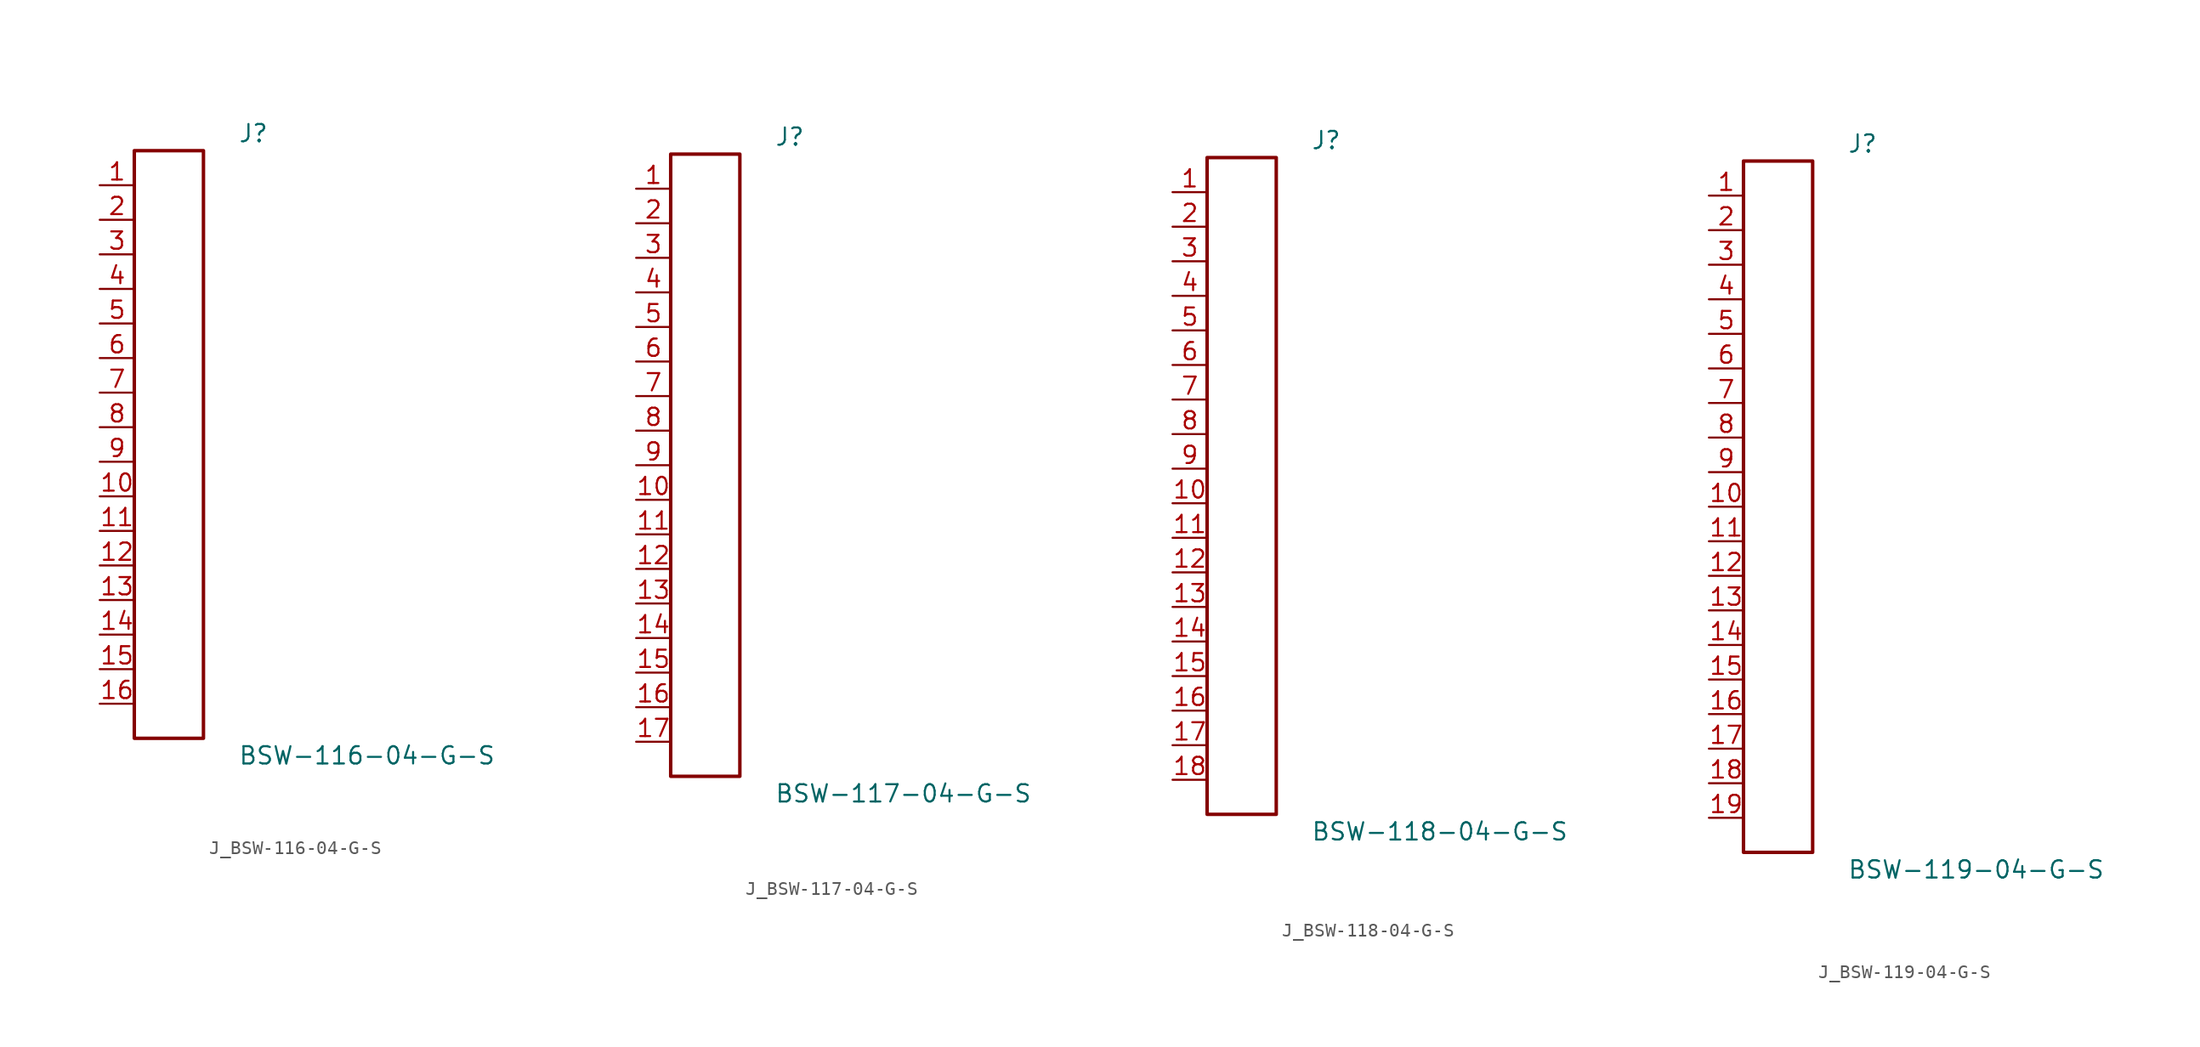
<source format=kicad_sym>
(kicad_symbol_lib
  (version 20231120)
  (generator kicad_symbol_editor)
  (generator_version 8.0)
  (symbol "J_BSW-116-04-G-S"
    (pin_names
      (offset 0.254))
    (property "Reference" "J"
      (at 5.08 22.86 0)
      (effects (font (size 1.27 1.27)) (justify left)))
    (property "Value" "BSW-116-04-G-S"
      (at 5.08 -22.86 0)
      (effects (font (size 1.27 1.27)) (justify left)))
    (symbol "J_BSW-116-04-G-S_0_0"
      (pin unspecified line (at -5.08 19.05 0) (length 2.54) (name "" (effects (font (size 1.27 1.27)))) (number "1" (effects (font (size 1.27 1.27)))))
      (pin unspecified line (at -5.08 16.51 0) (length 2.54) (name "" (effects (font (size 1.27 1.27)))) (number "2" (effects (font (size 1.27 1.27)))))
      (pin unspecified line (at -5.08 13.97 0) (length 2.54) (name "" (effects (font (size 1.27 1.27)))) (number "3" (effects (font (size 1.27 1.27)))))
      (pin unspecified line (at -5.08 11.43 0) (length 2.54) (name "" (effects (font (size 1.27 1.27)))) (number "4" (effects (font (size 1.27 1.27)))))
      (pin unspecified line (at -5.08 8.89 0) (length 2.54) (name "" (effects (font (size 1.27 1.27)))) (number "5" (effects (font (size 1.27 1.27)))))
      (pin unspecified line (at -5.08 6.35 0) (length 2.54) (name "" (effects (font (size 1.27 1.27)))) (number "6" (effects (font (size 1.27 1.27)))))
      (pin unspecified line (at -5.08 3.81 0) (length 2.54) (name "" (effects (font (size 1.27 1.27)))) (number "7" (effects (font (size 1.27 1.27)))))
      (pin unspecified line (at -5.08 1.27 0) (length 2.54) (name "" (effects (font (size 1.27 1.27)))) (number "8" (effects (font (size 1.27 1.27)))))
      (pin unspecified line (at -5.08 -1.27 0) (length 2.54) (name "" (effects (font (size 1.27 1.27)))) (number "9" (effects (font (size 1.27 1.27)))))
      (pin unspecified line (at -5.08 -3.81 0) (length 2.54) (name "" (effects (font (size 1.27 1.27)))) (number "10" (effects (font (size 1.27 1.27)))))
      (pin unspecified line (at -5.08 -6.35 0) (length 2.54) (name "" (effects (font (size 1.27 1.27)))) (number "11" (effects (font (size 1.27 1.27)))))
      (pin unspecified line (at -5.08 -8.89 0) (length 2.54) (name "" (effects (font (size 1.27 1.27)))) (number "12" (effects (font (size 1.27 1.27)))))
      (pin unspecified line (at -5.08 -11.43 0) (length 2.54) (name "" (effects (font (size 1.27 1.27)))) (number "13" (effects (font (size 1.27 1.27)))))
      (pin unspecified line (at -5.08 -13.97 0) (length 2.54) (name "" (effects (font (size 1.27 1.27)))) (number "14" (effects (font (size 1.27 1.27)))))
      (pin unspecified line (at -5.08 -16.51 0) (length 2.54) (name "" (effects (font (size 1.27 1.27)))) (number "15" (effects (font (size 1.27 1.27)))))
      (pin unspecified line (at -5.08 -19.05 0) (length 2.54) (name "" (effects (font (size 1.27 1.27)))) (number "16" (effects (font (size 1.27 1.27))))))
    (symbol "J_BSW-116-04-G-S_1_0"
      (rectangle (start -2.54 21.59) (end 2.54 -21.59) (stroke (width 0.254) (type solid)) (fill (type none)))))
  (symbol "J_BSW-117-04-G-S"
    (pin_names
      (offset 0.254))
    (property "Reference" "J"
      (at 5.08 24.13 0)
      (effects (font (size 1.27 1.27)) (justify left)))
    (property "Value" "BSW-117-04-G-S"
      (at 5.08 -24.13 0)
      (effects (font (size 1.27 1.27)) (justify left)))
    (symbol "J_BSW-117-04-G-S_0_0"
      (pin unspecified line (at -5.08 20.32 0) (length 2.54) (name "" (effects (font (size 1.27 1.27)))) (number "1" (effects (font (size 1.27 1.27)))))
      (pin unspecified line (at -5.08 17.78 0) (length 2.54) (name "" (effects (font (size 1.27 1.27)))) (number "2" (effects (font (size 1.27 1.27)))))
      (pin unspecified line (at -5.08 15.24 0) (length 2.54) (name "" (effects (font (size 1.27 1.27)))) (number "3" (effects (font (size 1.27 1.27)))))
      (pin unspecified line (at -5.08 12.7 0) (length 2.54) (name "" (effects (font (size 1.27 1.27)))) (number "4" (effects (font (size 1.27 1.27)))))
      (pin unspecified line (at -5.08 10.16 0) (length 2.54) (name "" (effects (font (size 1.27 1.27)))) (number "5" (effects (font (size 1.27 1.27)))))
      (pin unspecified line (at -5.08 7.62 0) (length 2.54) (name "" (effects (font (size 1.27 1.27)))) (number "6" (effects (font (size 1.27 1.27)))))
      (pin unspecified line (at -5.08 5.08 0) (length 2.54) (name "" (effects (font (size 1.27 1.27)))) (number "7" (effects (font (size 1.27 1.27)))))
      (pin unspecified line (at -5.08 2.54 0) (length 2.54) (name "" (effects (font (size 1.27 1.27)))) (number "8" (effects (font (size 1.27 1.27)))))
      (pin unspecified line (at -5.08 0.0 0) (length 2.54) (name "" (effects (font (size 1.27 1.27)))) (number "9" (effects (font (size 1.27 1.27)))))
      (pin unspecified line (at -5.08 -2.54 0) (length 2.54) (name "" (effects (font (size 1.27 1.27)))) (number "10" (effects (font (size 1.27 1.27)))))
      (pin unspecified line (at -5.08 -5.08 0) (length 2.54) (name "" (effects (font (size 1.27 1.27)))) (number "11" (effects (font (size 1.27 1.27)))))
      (pin unspecified line (at -5.08 -7.62 0) (length 2.54) (name "" (effects (font (size 1.27 1.27)))) (number "12" (effects (font (size 1.27 1.27)))))
      (pin unspecified line (at -5.08 -10.16 0) (length 2.54) (name "" (effects (font (size 1.27 1.27)))) (number "13" (effects (font (size 1.27 1.27)))))
      (pin unspecified line (at -5.08 -12.7 0) (length 2.54) (name "" (effects (font (size 1.27 1.27)))) (number "14" (effects (font (size 1.27 1.27)))))
      (pin unspecified line (at -5.08 -15.24 0) (length 2.54) (name "" (effects (font (size 1.27 1.27)))) (number "15" (effects (font (size 1.27 1.27)))))
      (pin unspecified line (at -5.08 -17.78 0) (length 2.54) (name "" (effects (font (size 1.27 1.27)))) (number "16" (effects (font (size 1.27 1.27)))))
      (pin unspecified line (at -5.08 -20.32 0) (length 2.54) (name "" (effects (font (size 1.27 1.27)))) (number "17" (effects (font (size 1.27 1.27))))))
    (symbol "J_BSW-117-04-G-S_1_0"
      (rectangle (start -2.54 22.86) (end 2.54 -22.86) (stroke (width 0.254) (type solid)) (fill (type none)))))
  (symbol "J_BSW-118-04-G-S"
    (pin_names
      (offset 0.254))
    (property "Reference" "J"
      (at 5.08 25.4 0)
      (effects (font (size 1.27 1.27)) (justify left)))
    (property "Value" "BSW-118-04-G-S"
      (at 5.08 -25.4 0)
      (effects (font (size 1.27 1.27)) (justify left)))
    (symbol "J_BSW-118-04-G-S_0_0"
      (pin unspecified line (at -5.08 21.59 0) (length 2.54) (name "" (effects (font (size 1.27 1.27)))) (number "1" (effects (font (size 1.27 1.27)))))
      (pin unspecified line (at -5.08 19.05 0) (length 2.54) (name "" (effects (font (size 1.27 1.27)))) (number "2" (effects (font (size 1.27 1.27)))))
      (pin unspecified line (at -5.08 16.51 0) (length 2.54) (name "" (effects (font (size 1.27 1.27)))) (number "3" (effects (font (size 1.27 1.27)))))
      (pin unspecified line (at -5.08 13.97 0) (length 2.54) (name "" (effects (font (size 1.27 1.27)))) (number "4" (effects (font (size 1.27 1.27)))))
      (pin unspecified line (at -5.08 11.43 0) (length 2.54) (name "" (effects (font (size 1.27 1.27)))) (number "5" (effects (font (size 1.27 1.27)))))
      (pin unspecified line (at -5.08 8.89 0) (length 2.54) (name "" (effects (font (size 1.27 1.27)))) (number "6" (effects (font (size 1.27 1.27)))))
      (pin unspecified line (at -5.08 6.35 0) (length 2.54) (name "" (effects (font (size 1.27 1.27)))) (number "7" (effects (font (size 1.27 1.27)))))
      (pin unspecified line (at -5.08 3.81 0) (length 2.54) (name "" (effects (font (size 1.27 1.27)))) (number "8" (effects (font (size 1.27 1.27)))))
      (pin unspecified line (at -5.08 1.27 0) (length 2.54) (name "" (effects (font (size 1.27 1.27)))) (number "9" (effects (font (size 1.27 1.27)))))
      (pin unspecified line (at -5.08 -1.27 0) (length 2.54) (name "" (effects (font (size 1.27 1.27)))) (number "10" (effects (font (size 1.27 1.27)))))
      (pin unspecified line (at -5.08 -3.81 0) (length 2.54) (name "" (effects (font (size 1.27 1.27)))) (number "11" (effects (font (size 1.27 1.27)))))
      (pin unspecified line (at -5.08 -6.35 0) (length 2.54) (name "" (effects (font (size 1.27 1.27)))) (number "12" (effects (font (size 1.27 1.27)))))
      (pin unspecified line (at -5.08 -8.89 0) (length 2.54) (name "" (effects (font (size 1.27 1.27)))) (number "13" (effects (font (size 1.27 1.27)))))
      (pin unspecified line (at -5.08 -11.43 0) (length 2.54) (name "" (effects (font (size 1.27 1.27)))) (number "14" (effects (font (size 1.27 1.27)))))
      (pin unspecified line (at -5.08 -13.97 0) (length 2.54) (name "" (effects (font (size 1.27 1.27)))) (number "15" (effects (font (size 1.27 1.27)))))
      (pin unspecified line (at -5.08 -16.51 0) (length 2.54) (name "" (effects (font (size 1.27 1.27)))) (number "16" (effects (font (size 1.27 1.27)))))
      (pin unspecified line (at -5.08 -19.05 0) (length 2.54) (name "" (effects (font (size 1.27 1.27)))) (number "17" (effects (font (size 1.27 1.27)))))
      (pin unspecified line (at -5.08 -21.59 0) (length 2.54) (name "" (effects (font (size 1.27 1.27)))) (number "18" (effects (font (size 1.27 1.27))))))
    (symbol "J_BSW-118-04-G-S_1_0"
      (rectangle (start -2.54 24.13) (end 2.54 -24.13) (stroke (width 0.254) (type solid)) (fill (type none)))))
  (symbol "J_BSW-119-04-G-S"
    (pin_names
      (offset 0.254))
    (property "Reference" "J"
      (at 5.08 26.67 0)
      (effects (font (size 1.27 1.27)) (justify left)))
    (property "Value" "BSW-119-04-G-S"
      (at 5.08 -26.67 0)
      (effects (font (size 1.27 1.27)) (justify left)))
    (symbol "J_BSW-119-04-G-S_0_0"
      (pin unspecified line (at -5.08 22.86 0) (length 2.54) (name "" (effects (font (size 1.27 1.27)))) (number "1" (effects (font (size 1.27 1.27)))))
      (pin unspecified line (at -5.08 20.32 0) (length 2.54) (name "" (effects (font (size 1.27 1.27)))) (number "2" (effects (font (size 1.27 1.27)))))
      (pin unspecified line (at -5.08 17.78 0) (length 2.54) (name "" (effects (font (size 1.27 1.27)))) (number "3" (effects (font (size 1.27 1.27)))))
      (pin unspecified line (at -5.08 15.24 0) (length 2.54) (name "" (effects (font (size 1.27 1.27)))) (number "4" (effects (font (size 1.27 1.27)))))
      (pin unspecified line (at -5.08 12.7 0) (length 2.54) (name "" (effects (font (size 1.27 1.27)))) (number "5" (effects (font (size 1.27 1.27)))))
      (pin unspecified line (at -5.08 10.16 0) (length 2.54) (name "" (effects (font (size 1.27 1.27)))) (number "6" (effects (font (size 1.27 1.27)))))
      (pin unspecified line (at -5.08 7.62 0) (length 2.54) (name "" (effects (font (size 1.27 1.27)))) (number "7" (effects (font (size 1.27 1.27)))))
      (pin unspecified line (at -5.08 5.08 0) (length 2.54) (name "" (effects (font (size 1.27 1.27)))) (number "8" (effects (font (size 1.27 1.27)))))
      (pin unspecified line (at -5.08 2.54 0) (length 2.54) (name "" (effects (font (size 1.27 1.27)))) (number "9" (effects (font (size 1.27 1.27)))))
      (pin unspecified line (at -5.08 0.0 0) (length 2.54) (name "" (effects (font (size 1.27 1.27)))) (number "10" (effects (font (size 1.27 1.27)))))
      (pin unspecified line (at -5.08 -2.54 0) (length 2.54) (name "" (effects (font (size 1.27 1.27)))) (number "11" (effects (font (size 1.27 1.27)))))
      (pin unspecified line (at -5.08 -5.08 0) (length 2.54) (name "" (effects (font (size 1.27 1.27)))) (number "12" (effects (font (size 1.27 1.27)))))
      (pin unspecified line (at -5.08 -7.62 0) (length 2.54) (name "" (effects (font (size 1.27 1.27)))) (number "13" (effects (font (size 1.27 1.27)))))
      (pin unspecified line (at -5.08 -10.16 0) (length 2.54) (name "" (effects (font (size 1.27 1.27)))) (number "14" (effects (font (size 1.27 1.27)))))
      (pin unspecified line (at -5.08 -12.7 0) (length 2.54) (name "" (effects (font (size 1.27 1.27)))) (number "15" (effects (font (size 1.27 1.27)))))
      (pin unspecified line (at -5.08 -15.24 0) (length 2.54) (name "" (effects (font (size 1.27 1.27)))) (number "16" (effects (font (size 1.27 1.27)))))
      (pin unspecified line (at -5.08 -17.78 0) (length 2.54) (name "" (effects (font (size 1.27 1.27)))) (number "17" (effects (font (size 1.27 1.27)))))
      (pin unspecified line (at -5.08 -20.32 0) (length 2.54) (name "" (effects (font (size 1.27 1.27)))) (number "18" (effects (font (size 1.27 1.27)))))
      (pin unspecified line (at -5.08 -22.86 0) (length 2.54) (name "" (effects (font (size 1.27 1.27)))) (number "19" (effects (font (size 1.27 1.27))))))
    (symbol "J_BSW-119-04-G-S_1_0"
      (rectangle (start -2.54 25.4) (end 2.54 -25.4) (stroke (width 0.254) (type solid)) (fill (type none))))))
</source>
